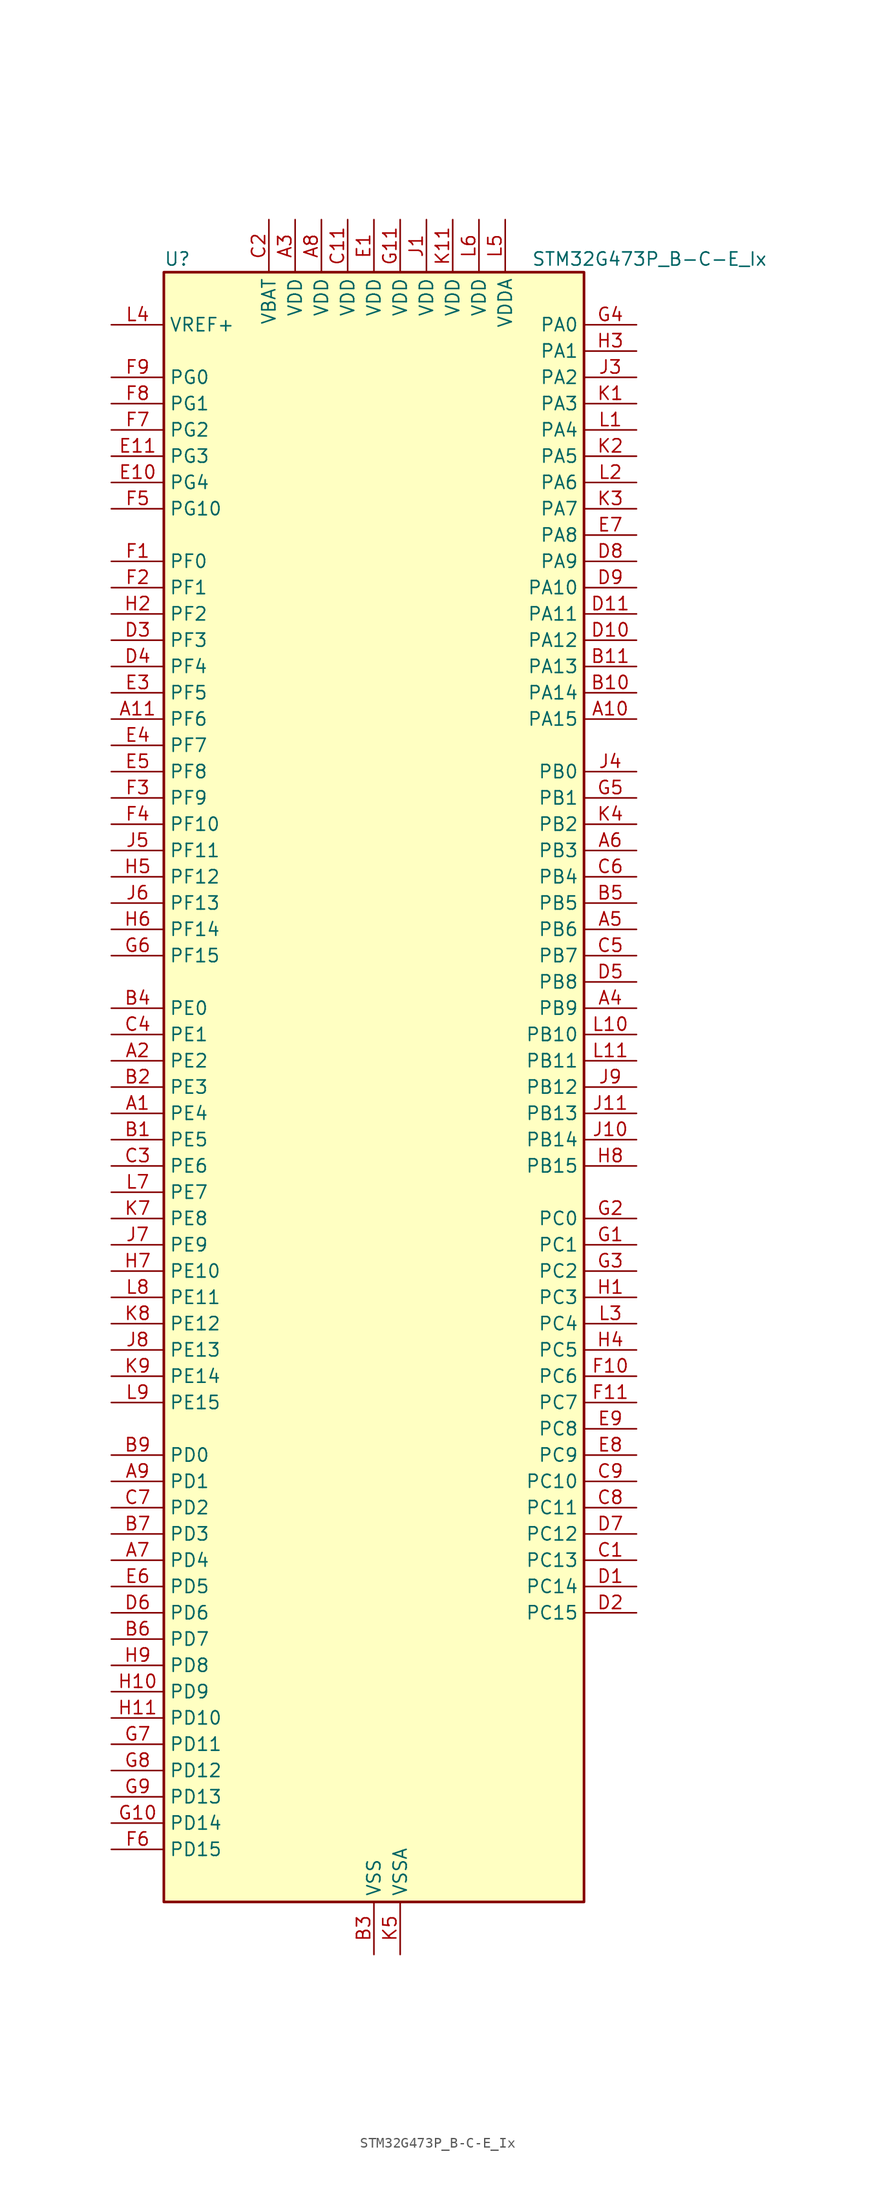
<source format=kicad_sym>
(kicad_symbol_lib
  (version 20241209)
  (generator "kicad_symbol_editor")
  (generator_version "9.0")
  (symbol "STM32G473P_B-C-E_Ix"
    (property "Reference" "U"
      (at -20.32 80.01 0)
      (effects (font (size 1.27 1.27)) (justify left)))
    (property "Value" "STM32G473P_B-C-E_Ix"
      (at 15.24 80.01 0)
      (effects (font (size 1.27 1.27)) (justify left)))
    (symbol "STM32G473P_B-C-E_Ix_0_1"
      (rectangle (start -20.32 -78.74) (end 20.32 78.74) (stroke (width 0.254) (type default)) (fill (type background))))
    (symbol "STM32G473P_B-C-E_Ix_1_1"
      (pin input line (at -25.4 73.66 0) (length 5.08) (name "VREF+" (effects (font (size 1.27 1.27)))) (number "L4" (effects (font (size 1.27 1.27)))) (alternate "VREFBUF_OUT" bidirectional line))
      (pin bidirectional line (at -25.4 68.58 0) (length 5.08) (name "PG0" (effects (font (size 1.27 1.27)))) (number "F9" (effects (font (size 1.27 1.27)))) (alternate "FMC_A10" bidirectional line) (alternate "TIM20_CH1N" bidirectional line))
      (pin bidirectional line (at -25.4 66.04 0) (length 5.08) (name "PG1" (effects (font (size 1.27 1.27)))) (number "F8" (effects (font (size 1.27 1.27)))) (alternate "FMC_A11" bidirectional line) (alternate "TIM20_CH2N" bidirectional line))
      (pin bidirectional line (at -25.4 63.5 0) (length 5.08) (name "PG2" (effects (font (size 1.27 1.27)))) (number "F7" (effects (font (size 1.27 1.27)))) (alternate "ADC3_EXTI2" bidirectional line) (alternate "ADC4_EXTI2" bidirectional line) (alternate "ADC5_EXTI2" bidirectional line) (alternate "FMC_A12" bidirectional line) (alternate "SPI1_SCK" bidirectional line) (alternate "TIM20_CH3N" bidirectional line))
      (pin bidirectional line (at -25.4 60.96 0) (length 5.08) (name "PG3" (effects (font (size 1.27 1.27)))) (number "E11" (effects (font (size 1.27 1.27)))) (alternate "ADC3_EXTI3" bidirectional line) (alternate "ADC4_EXTI3" bidirectional line) (alternate "ADC5_EXTI3" bidirectional line) (alternate "FMC_A13" bidirectional line) (alternate "I2C4_SCL" bidirectional line) (alternate "SPI1_MISO" bidirectional line) (alternate "TIM20_BKIN" bidirectional line) (alternate "TIM20_CH4N" bidirectional line))
      (pin bidirectional line (at -25.4 58.42 0) (length 5.08) (name "PG4" (effects (font (size 1.27 1.27)))) (number "E10" (effects (font (size 1.27 1.27)))) (alternate "FMC_A14" bidirectional line) (alternate "I2C4_SDA" bidirectional line) (alternate "SPI1_MOSI" bidirectional line) (alternate "TIM20_BKIN2" bidirectional line))
      (pin bidirectional line (at -25.4 55.88 0) (length 5.08) (name "PG10" (effects (font (size 1.27 1.27)))) (number "F5" (effects (font (size 1.27 1.27)))) (alternate "DAC1_EXTI10" bidirectional line) (alternate "DAC2_EXTI10" bidirectional line) (alternate "DAC3_EXTI10" bidirectional line) (alternate "DAC4_EXTI10" bidirectional line) (alternate "RCC_MCO" bidirectional line))
      (pin bidirectional line (at -25.4 50.8 0) (length 5.08) (name "PF0" (effects (font (size 1.27 1.27)))) (number "F1" (effects (font (size 1.27 1.27)))) (alternate "ADC1_IN10" bidirectional line) (alternate "I2C2_SDA" bidirectional line) (alternate "I2S2_WS" bidirectional line) (alternate "RCC_OSC_IN" bidirectional line) (alternate "SPI2_NSS" bidirectional line) (alternate "TIM1_CH3N" bidirectional line))
      (pin bidirectional line (at -25.4 48.26 0) (length 5.08) (name "PF1" (effects (font (size 1.27 1.27)))) (number "F2" (effects (font (size 1.27 1.27)))) (alternate "ADC2_IN10" bidirectional line) (alternate "COMP3_INM" bidirectional line) (alternate "I2S2_CK" bidirectional line) (alternate "RCC_OSC_OUT" bidirectional line) (alternate "SPI2_SCK" bidirectional line))
      (pin bidirectional line (at -25.4 45.72 0) (length 5.08) (name "PF2" (effects (font (size 1.27 1.27)))) (number "H2" (effects (font (size 1.27 1.27)))) (alternate "ADC3_EXTI2" bidirectional line) (alternate "ADC4_EXTI2" bidirectional line) (alternate "ADC5_EXTI2" bidirectional line) (alternate "FMC_A2" bidirectional line) (alternate "I2C2_SMBA" bidirectional line) (alternate "TIM20_CH3" bidirectional line))
      (pin bidirectional line (at -25.4 43.18 0) (length 5.08) (name "PF3" (effects (font (size 1.27 1.27)))) (number "D3" (effects (font (size 1.27 1.27)))) (alternate "ADC3_EXTI3" bidirectional line) (alternate "ADC4_EXTI3" bidirectional line) (alternate "ADC5_EXTI3" bidirectional line) (alternate "FMC_A3" bidirectional line) (alternate "I2C3_SCL" bidirectional line) (alternate "TIM20_CH4" bidirectional line))
      (pin bidirectional line (at -25.4 40.64 0) (length 5.08) (name "PF4" (effects (font (size 1.27 1.27)))) (number "D4" (effects (font (size 1.27 1.27)))) (alternate "COMP1_OUT" bidirectional line) (alternate "FMC_A4" bidirectional line) (alternate "I2C3_SDA" bidirectional line) (alternate "TIM20_CH1N" bidirectional line))
      (pin bidirectional line (at -25.4 38.1 0) (length 5.08) (name "PF5" (effects (font (size 1.27 1.27)))) (number "E3" (effects (font (size 1.27 1.27)))) (alternate "FMC_A5" bidirectional line) (alternate "TIM20_CH2N" bidirectional line))
      (pin bidirectional line (at -25.4 35.56 0) (length 5.08) (name "PF6" (effects (font (size 1.27 1.27)))) (number "A11" (effects (font (size 1.27 1.27)))) (alternate "I2C2_SCL" bidirectional line) (alternate "QUADSPI1_BK1_IO3" bidirectional line) (alternate "SAI1_SD_B" bidirectional line) (alternate "TIM4_CH4" bidirectional line) (alternate "TIM5_CH1" bidirectional line) (alternate "TIM5_ETR" bidirectional line) (alternate "USART3_RTS" bidirectional line))
      (pin bidirectional line (at -25.4 33.02 0) (length 5.08) (name "PF7" (effects (font (size 1.27 1.27)))) (number "E4" (effects (font (size 1.27 1.27)))) (alternate "FMC_A1" bidirectional line) (alternate "QUADSPI1_BK1_IO2" bidirectional line) (alternate "SAI1_MCLK_B" bidirectional line) (alternate "TIM20_BKIN" bidirectional line) (alternate "TIM5_CH2" bidirectional line))
      (pin bidirectional line (at -25.4 30.48 0) (length 5.08) (name "PF8" (effects (font (size 1.27 1.27)))) (number "E5" (effects (font (size 1.27 1.27)))) (alternate "FMC_A24" bidirectional line) (alternate "QUADSPI1_BK1_IO0" bidirectional line) (alternate "SAI1_SCK_B" bidirectional line) (alternate "TIM20_BKIN2" bidirectional line) (alternate "TIM5_CH3" bidirectional line))
      (pin bidirectional line (at -25.4 27.94 0) (length 5.08) (name "PF9" (effects (font (size 1.27 1.27)))) (number "F3" (effects (font (size 1.27 1.27)))) (alternate "DAC1_EXTI9" bidirectional line) (alternate "DAC2_EXTI9" bidirectional line) (alternate "DAC3_EXTI9" bidirectional line) (alternate "DAC4_EXTI9" bidirectional line) (alternate "FMC_A25" bidirectional line) (alternate "QUADSPI1_BK1_IO1" bidirectional line) (alternate "SAI1_FS_B" bidirectional line) (alternate "SPI2_SCK" bidirectional line) (alternate "TIM15_CH1" bidirectional line) (alternate "TIM20_BKIN" bidirectional line) (alternate "TIM5_CH4" bidirectional line))
      (pin bidirectional line (at -25.4 25.4 0) (length 5.08) (name "PF10" (effects (font (size 1.27 1.27)))) (number "F4" (effects (font (size 1.27 1.27)))) (alternate "DAC1_EXTI10" bidirectional line) (alternate "DAC2_EXTI10" bidirectional line) (alternate "DAC3_EXTI10" bidirectional line) (alternate "DAC4_EXTI10" bidirectional line) (alternate "FMC_A0" bidirectional line) (alternate "QUADSPI1_CLK" bidirectional line) (alternate "SAI1_D3" bidirectional line) (alternate "SPI2_SCK" bidirectional line) (alternate "TIM15_CH2" bidirectional line) (alternate "TIM20_BKIN2" bidirectional line))
      (pin bidirectional line (at -25.4 22.86 0) (length 5.08) (name "PF11" (effects (font (size 1.27 1.27)))) (number "J5" (effects (font (size 1.27 1.27)))) (alternate "ADC1_EXTI11" bidirectional line) (alternate "ADC2_EXTI11" bidirectional line) (alternate "FMC_NE4" bidirectional line) (alternate "TIM20_ETR" bidirectional line))
      (pin bidirectional line (at -25.4 20.32 0) (length 5.08) (name "PF12" (effects (font (size 1.27 1.27)))) (number "H5" (effects (font (size 1.27 1.27)))) (alternate "FMC_A6" bidirectional line) (alternate "TIM20_CH1" bidirectional line))
      (pin bidirectional line (at -25.4 17.78 0) (length 5.08) (name "PF13" (effects (font (size 1.27 1.27)))) (number "J6" (effects (font (size 1.27 1.27)))) (alternate "FMC_A7" bidirectional line) (alternate "I2C4_SMBA" bidirectional line) (alternate "TIM20_CH2" bidirectional line))
      (pin bidirectional line (at -25.4 15.24 0) (length 5.08) (name "PF14" (effects (font (size 1.27 1.27)))) (number "H6" (effects (font (size 1.27 1.27)))) (alternate "FMC_A8" bidirectional line) (alternate "I2C4_SCL" bidirectional line) (alternate "TIM20_CH3" bidirectional line))
      (pin bidirectional line (at -25.4 12.7 0) (length 5.08) (name "PF15" (effects (font (size 1.27 1.27)))) (number "G6" (effects (font (size 1.27 1.27)))) (alternate "ADC1_EXTI15" bidirectional line) (alternate "ADC2_EXTI15" bidirectional line) (alternate "FMC_A9" bidirectional line) (alternate "I2C4_SDA" bidirectional line) (alternate "TIM20_CH4" bidirectional line))
      (pin bidirectional line (at -25.4 7.62 0) (length 5.08) (name "PE0" (effects (font (size 1.27 1.27)))) (number "B4" (effects (font (size 1.27 1.27)))) (alternate "FMC_NBL0" bidirectional line) (alternate "TIM16_CH1" bidirectional line) (alternate "TIM20_CH4N" bidirectional line) (alternate "TIM20_ETR" bidirectional line) (alternate "TIM4_ETR" bidirectional line) (alternate "USART1_TX" bidirectional line))
      (pin bidirectional line (at -25.4 5.08 0) (length 5.08) (name "PE1" (effects (font (size 1.27 1.27)))) (number "C4" (effects (font (size 1.27 1.27)))) (alternate "FMC_NBL1" bidirectional line) (alternate "TIM17_CH1" bidirectional line) (alternate "TIM20_CH4" bidirectional line) (alternate "USART1_RX" bidirectional line))
      (pin bidirectional line (at -25.4 2.54 0) (length 5.08) (name "PE2" (effects (font (size 1.27 1.27)))) (number "A2" (effects (font (size 1.27 1.27)))) (alternate "ADC3_EXTI2" bidirectional line) (alternate "ADC4_EXTI2" bidirectional line) (alternate "ADC5_EXTI2" bidirectional line) (alternate "FMC_A23" bidirectional line) (alternate "SAI1_CK1" bidirectional line) (alternate "SAI1_MCLK_A" bidirectional line) (alternate "SPI4_SCK" bidirectional line) (alternate "SYS_TRACECLK" bidirectional line) (alternate "TIM20_CH1" bidirectional line) (alternate "TIM3_CH1" bidirectional line))
      (pin bidirectional line (at -25.4 0 0) (length 5.08) (name "PE3" (effects (font (size 1.27 1.27)))) (number "B2" (effects (font (size 1.27 1.27)))) (alternate "ADC3_EXTI3" bidirectional line) (alternate "ADC4_EXTI3" bidirectional line) (alternate "ADC5_EXTI3" bidirectional line) (alternate "FMC_A19" bidirectional line) (alternate "SAI1_SD_B" bidirectional line) (alternate "SPI4_NSS" bidirectional line) (alternate "SYS_TRACED0" bidirectional line) (alternate "TIM20_CH2" bidirectional line) (alternate "TIM3_CH2" bidirectional line))
      (pin bidirectional line (at -25.4 -2.54 0) (length 5.08) (name "PE4" (effects (font (size 1.27 1.27)))) (number "A1" (effects (font (size 1.27 1.27)))) (alternate "FMC_A20" bidirectional line) (alternate "SAI1_D2" bidirectional line) (alternate "SAI1_FS_A" bidirectional line) (alternate "SPI4_NSS" bidirectional line) (alternate "SYS_TRACED1" bidirectional line) (alternate "TIM20_CH1N" bidirectional line) (alternate "TIM3_CH3" bidirectional line))
      (pin bidirectional line (at -25.4 -5.08 0) (length 5.08) (name "PE5" (effects (font (size 1.27 1.27)))) (number "B1" (effects (font (size 1.27 1.27)))) (alternate "FMC_A21" bidirectional line) (alternate "SAI1_CK2" bidirectional line) (alternate "SAI1_SCK_A" bidirectional line) (alternate "SPI4_MISO" bidirectional line) (alternate "SYS_TRACED2" bidirectional line) (alternate "TIM20_CH2N" bidirectional line) (alternate "TIM3_CH4" bidirectional line))
      (pin bidirectional line (at -25.4 -7.62 0) (length 5.08) (name "PE6" (effects (font (size 1.27 1.27)))) (number "C3" (effects (font (size 1.27 1.27)))) (alternate "FMC_A22" bidirectional line) (alternate "RTC_TAMP3" bidirectional line) (alternate "SAI1_D1" bidirectional line) (alternate "SAI1_SD_A" bidirectional line) (alternate "SPI4_MOSI" bidirectional line) (alternate "SYS_TRACED3" bidirectional line) (alternate "SYS_WKUP3" bidirectional line) (alternate "TIM20_CH3N" bidirectional line))
      (pin bidirectional line (at -25.4 -10.16 0) (length 5.08) (name "PE7" (effects (font (size 1.27 1.27)))) (number "L7" (effects (font (size 1.27 1.27)))) (alternate "ADC3_IN4" bidirectional line) (alternate "COMP4_INP" bidirectional line) (alternate "FMC_D4" bidirectional line) (alternate "FMC_DA4" bidirectional line) (alternate "SAI1_SD_B" bidirectional line) (alternate "TIM1_ETR" bidirectional line))
      (pin bidirectional line (at -25.4 -12.7 0) (length 5.08) (name "PE8" (effects (font (size 1.27 1.27)))) (number "K7" (effects (font (size 1.27 1.27)))) (alternate "ADC3_IN6" bidirectional line) (alternate "ADC4_IN6" bidirectional line) (alternate "ADC5_IN6" bidirectional line) (alternate "COMP4_INM" bidirectional line) (alternate "FMC_D5" bidirectional line) (alternate "FMC_DA5" bidirectional line) (alternate "SAI1_SCK_B" bidirectional line) (alternate "TIM1_CH1N" bidirectional line) (alternate "TIM5_CH3" bidirectional line))
      (pin bidirectional line (at -25.4 -15.24 0) (length 5.08) (name "PE9" (effects (font (size 1.27 1.27)))) (number "J7" (effects (font (size 1.27 1.27)))) (alternate "ADC3_IN2" bidirectional line) (alternate "DAC1_EXTI9" bidirectional line) (alternate "DAC2_EXTI9" bidirectional line) (alternate "DAC3_EXTI9" bidirectional line) (alternate "DAC4_EXTI9" bidirectional line) (alternate "FMC_D6" bidirectional line) (alternate "FMC_DA6" bidirectional line) (alternate "SAI1_FS_B" bidirectional line) (alternate "TIM1_CH1" bidirectional line) (alternate "TIM5_CH4" bidirectional line))
      (pin bidirectional line (at -25.4 -17.78 0) (length 5.08) (name "PE10" (effects (font (size 1.27 1.27)))) (number "H7" (effects (font (size 1.27 1.27)))) (alternate "ADC3_IN14" bidirectional line) (alternate "ADC4_IN14" bidirectional line) (alternate "ADC5_IN14" bidirectional line) (alternate "DAC1_EXTI10" bidirectional line) (alternate "DAC2_EXTI10" bidirectional line) (alternate "DAC3_EXTI10" bidirectional line) (alternate "DAC4_EXTI10" bidirectional line) (alternate "FMC_D7" bidirectional line) (alternate "FMC_DA7" bidirectional line) (alternate "QUADSPI1_CLK" bidirectional line) (alternate "SAI1_MCLK_B" bidirectional line) (alternate "TIM1_CH2N" bidirectional line))
      (pin bidirectional line (at -25.4 -20.32 0) (length 5.08) (name "PE11" (effects (font (size 1.27 1.27)))) (number "L8" (effects (font (size 1.27 1.27)))) (alternate "ADC1_EXTI11" bidirectional line) (alternate "ADC2_EXTI11" bidirectional line) (alternate "ADC3_IN15" bidirectional line) (alternate "ADC4_IN15" bidirectional line) (alternate "ADC5_IN15" bidirectional line) (alternate "FMC_D8" bidirectional line) (alternate "FMC_DA8" bidirectional line) (alternate "QUADSPI1_BK1_NCS" bidirectional line) (alternate "SPI4_NSS" bidirectional line) (alternate "TIM1_CH2" bidirectional line))
      (pin bidirectional line (at -25.4 -22.86 0) (length 5.08) (name "PE12" (effects (font (size 1.27 1.27)))) (number "K8" (effects (font (size 1.27 1.27)))) (alternate "ADC3_IN16" bidirectional line) (alternate "ADC4_IN16" bidirectional line) (alternate "ADC5_IN16" bidirectional line) (alternate "FMC_D9" bidirectional line) (alternate "FMC_DA9" bidirectional line) (alternate "QUADSPI1_BK1_IO0" bidirectional line) (alternate "SPI4_SCK" bidirectional line) (alternate "TIM1_CH3N" bidirectional line))
      (pin bidirectional line (at -25.4 -25.4 0) (length 5.08) (name "PE13" (effects (font (size 1.27 1.27)))) (number "J8" (effects (font (size 1.27 1.27)))) (alternate "ADC3_IN3" bidirectional line) (alternate "FMC_D10" bidirectional line) (alternate "FMC_DA10" bidirectional line) (alternate "QUADSPI1_BK1_IO1" bidirectional line) (alternate "SPI4_MISO" bidirectional line) (alternate "TIM1_CH3" bidirectional line))
      (pin bidirectional line (at -25.4 -27.94 0) (length 5.08) (name "PE14" (effects (font (size 1.27 1.27)))) (number "K9" (effects (font (size 1.27 1.27)))) (alternate "ADC4_IN1" bidirectional line) (alternate "FMC_D11" bidirectional line) (alternate "FMC_DA11" bidirectional line) (alternate "QUADSPI1_BK1_IO2" bidirectional line) (alternate "SPI4_MOSI" bidirectional line) (alternate "TIM1_BKIN2" bidirectional line) (alternate "TIM1_CH4" bidirectional line))
      (pin bidirectional line (at -25.4 -30.48 0) (length 5.08) (name "PE15" (effects (font (size 1.27 1.27)))) (number "L9" (effects (font (size 1.27 1.27)))) (alternate "ADC1_EXTI15" bidirectional line) (alternate "ADC2_EXTI15" bidirectional line) (alternate "ADC4_IN2" bidirectional line) (alternate "FMC_D12" bidirectional line) (alternate "FMC_DA12" bidirectional line) (alternate "QUADSPI1_BK1_IO3" bidirectional line) (alternate "TIM1_BKIN" bidirectional line) (alternate "TIM1_CH4N" bidirectional line) (alternate "USART3_RX" bidirectional line))
      (pin bidirectional line (at -25.4 -35.56 0) (length 5.08) (name "PD0" (effects (font (size 1.27 1.27)))) (number "B9" (effects (font (size 1.27 1.27)))) (alternate "FDCAN1_RX" bidirectional line) (alternate "FMC_D2" bidirectional line) (alternate "FMC_DA2" bidirectional line) (alternate "TIM8_CH4N" bidirectional line))
      (pin bidirectional line (at -25.4 -38.1 0) (length 5.08) (name "PD1" (effects (font (size 1.27 1.27)))) (number "A9" (effects (font (size 1.27 1.27)))) (alternate "FDCAN1_TX" bidirectional line) (alternate "FMC_D3" bidirectional line) (alternate "FMC_DA3" bidirectional line) (alternate "TIM8_BKIN2" bidirectional line) (alternate "TIM8_CH4" bidirectional line))
      (pin bidirectional line (at -25.4 -40.64 0) (length 5.08) (name "PD2" (effects (font (size 1.27 1.27)))) (number "C7" (effects (font (size 1.27 1.27)))) (alternate "ADC3_EXTI2" bidirectional line) (alternate "ADC4_EXTI2" bidirectional line) (alternate "ADC5_EXTI2" bidirectional line) (alternate "TIM3_ETR" bidirectional line) (alternate "TIM8_BKIN" bidirectional line) (alternate "UART5_RX" bidirectional line))
      (pin bidirectional line (at -25.4 -43.18 0) (length 5.08) (name "PD3" (effects (font (size 1.27 1.27)))) (number "B7" (effects (font (size 1.27 1.27)))) (alternate "ADC3_EXTI3" bidirectional line) (alternate "ADC4_EXTI3" bidirectional line) (alternate "ADC5_EXTI3" bidirectional line) (alternate "FMC_CLK" bidirectional line) (alternate "QUADSPI1_BK2_NCS" bidirectional line) (alternate "TIM2_CH1" bidirectional line) (alternate "TIM2_ETR" bidirectional line) (alternate "USART2_CTS" bidirectional line) (alternate "USART2_NSS" bidirectional line))
      (pin bidirectional line (at -25.4 -45.72 0) (length 5.08) (name "PD4" (effects (font (size 1.27 1.27)))) (number "A7" (effects (font (size 1.27 1.27)))) (alternate "FMC_NOE" bidirectional line) (alternate "QUADSPI1_BK2_IO0" bidirectional line) (alternate "TIM2_CH2" bidirectional line) (alternate "USART2_DE" bidirectional line) (alternate "USART2_RTS" bidirectional line))
      (pin bidirectional line (at -25.4 -48.26 0) (length 5.08) (name "PD5" (effects (font (size 1.27 1.27)))) (number "E6" (effects (font (size 1.27 1.27)))) (alternate "FMC_NWE" bidirectional line) (alternate "QUADSPI1_BK2_IO1" bidirectional line) (alternate "USART2_TX" bidirectional line))
      (pin bidirectional line (at -25.4 -50.8 0) (length 5.08) (name "PD6" (effects (font (size 1.27 1.27)))) (number "D6" (effects (font (size 1.27 1.27)))) (alternate "FMC_NWAIT" bidirectional line) (alternate "QUADSPI1_BK2_IO2" bidirectional line) (alternate "SAI1_D1" bidirectional line) (alternate "SAI1_SD_A" bidirectional line) (alternate "TIM2_CH4" bidirectional line) (alternate "USART2_RX" bidirectional line))
      (pin bidirectional line (at -25.4 -53.34 0) (length 5.08) (name "PD7" (effects (font (size 1.27 1.27)))) (number "B6" (effects (font (size 1.27 1.27)))) (alternate "FMC_NCE" bidirectional line) (alternate "FMC_NE1" bidirectional line) (alternate "QUADSPI1_BK2_IO3" bidirectional line) (alternate "TIM2_CH3" bidirectional line) (alternate "USART2_CK" bidirectional line))
      (pin bidirectional line (at -25.4 -55.88 0) (length 5.08) (name "PD8" (effects (font (size 1.27 1.27)))) (number "H9" (effects (font (size 1.27 1.27)))) (alternate "ADC4_IN12" bidirectional line) (alternate "ADC5_IN12" bidirectional line) (alternate "FMC_D13" bidirectional line) (alternate "FMC_DA13" bidirectional line) (alternate "OPAMP4_VINM" bidirectional line) (alternate "OPAMP4_VINM1" bidirectional line) (alternate "OPAMP4_VINM_SEC" bidirectional line) (alternate "USART3_TX" bidirectional line))
      (pin bidirectional line (at -25.4 -58.42 0) (length 5.08) (name "PD9" (effects (font (size 1.27 1.27)))) (number "H10" (effects (font (size 1.27 1.27)))) (alternate "ADC4_IN13" bidirectional line) (alternate "ADC5_IN13" bidirectional line) (alternate "DAC1_EXTI9" bidirectional line) (alternate "DAC2_EXTI9" bidirectional line) (alternate "DAC3_EXTI9" bidirectional line) (alternate "DAC4_EXTI9" bidirectional line) (alternate "FMC_D14" bidirectional line) (alternate "FMC_DA14" bidirectional line) (alternate "OPAMP6_VINP" bidirectional line) (alternate "OPAMP6_VINP_SEC" bidirectional line) (alternate "USART3_RX" bidirectional line))
      (pin bidirectional line (at -25.4 -60.96 0) (length 5.08) (name "PD10" (effects (font (size 1.27 1.27)))) (number "H11" (effects (font (size 1.27 1.27)))) (alternate "ADC3_IN7" bidirectional line) (alternate "ADC4_IN7" bidirectional line) (alternate "ADC5_IN7" bidirectional line) (alternate "COMP6_INM" bidirectional line) (alternate "DAC1_EXTI10" bidirectional line) (alternate "DAC2_EXTI10" bidirectional line) (alternate "DAC3_EXTI10" bidirectional line) (alternate "DAC4_EXTI10" bidirectional line) (alternate "FMC_D15" bidirectional line) (alternate "FMC_DA15" bidirectional line) (alternate "USART3_CK" bidirectional line))
      (pin bidirectional line (at -25.4 -63.5 0) (length 5.08) (name "PD11" (effects (font (size 1.27 1.27)))) (number "G7" (effects (font (size 1.27 1.27)))) (alternate "ADC1_EXTI11" bidirectional line) (alternate "ADC2_EXTI11" bidirectional line) (alternate "ADC3_IN8" bidirectional line) (alternate "ADC4_IN8" bidirectional line) (alternate "ADC5_IN8" bidirectional line) (alternate "COMP6_INP" bidirectional line) (alternate "FMC_A16" bidirectional line) (alternate "FMC_CLE" bidirectional line) (alternate "I2C4_SMBA" bidirectional line) (alternate "OPAMP4_VINP" bidirectional line) (alternate "OPAMP4_VINP_SEC" bidirectional line) (alternate "TIM5_ETR" bidirectional line) (alternate "USART3_CTS" bidirectional line) (alternate "USART3_NSS" bidirectional line))
      (pin bidirectional line (at -25.4 -66.04 0) (length 5.08) (name "PD12" (effects (font (size 1.27 1.27)))) (number "G8" (effects (font (size 1.27 1.27)))) (alternate "ADC3_IN9" bidirectional line) (alternate "ADC4_IN9" bidirectional line) (alternate "ADC5_IN9" bidirectional line) (alternate "COMP5_INP" bidirectional line) (alternate "FMC_A17" bidirectional line) (alternate "FMC_ALE" bidirectional line) (alternate "OPAMP5_VINP" bidirectional line) (alternate "OPAMP5_VINP_SEC" bidirectional line) (alternate "TIM4_CH1" bidirectional line) (alternate "USART3_DE" bidirectional line) (alternate "USART3_RTS" bidirectional line))
      (pin bidirectional line (at -25.4 -68.58 0) (length 5.08) (name "PD13" (effects (font (size 1.27 1.27)))) (number "G9" (effects (font (size 1.27 1.27)))) (alternate "ADC3_IN10" bidirectional line) (alternate "ADC4_IN10" bidirectional line) (alternate "ADC5_IN10" bidirectional line) (alternate "COMP5_INM" bidirectional line) (alternate "FMC_A18" bidirectional line) (alternate "TIM4_CH2" bidirectional line))
      (pin bidirectional line (at -25.4 -71.12 0) (length 5.08) (name "PD14" (effects (font (size 1.27 1.27)))) (number "G10" (effects (font (size 1.27 1.27)))) (alternate "ADC3_IN11" bidirectional line) (alternate "ADC4_IN11" bidirectional line) (alternate "ADC5_IN11" bidirectional line) (alternate "COMP7_INP" bidirectional line) (alternate "FMC_D0" bidirectional line) (alternate "FMC_DA0" bidirectional line) (alternate "OPAMP2_VINP" bidirectional line) (alternate "OPAMP2_VINP_SEC" bidirectional line) (alternate "TIM4_CH3" bidirectional line))
      (pin bidirectional line (at -25.4 -73.66 0) (length 5.08) (name "PD15" (effects (font (size 1.27 1.27)))) (number "F6" (effects (font (size 1.27 1.27)))) (alternate "ADC1_EXTI15" bidirectional line) (alternate "ADC2_EXTI15" bidirectional line) (alternate "COMP7_INM" bidirectional line) (alternate "FMC_D1" bidirectional line) (alternate "FMC_DA1" bidirectional line) (alternate "SPI2_NSS" bidirectional line) (alternate "TIM4_CH4" bidirectional line))
      (pin power_in line (at -10.16 83.82 270) (length 5.08) (name "VBAT" (effects (font (size 1.27 1.27)))) (number "C2" (effects (font (size 1.27 1.27)))))
      (pin power_in line (at -7.62 83.82 270) (length 5.08) (name "VDD" (effects (font (size 1.27 1.27)))) (number "A3" (effects (font (size 1.27 1.27)))))
      (pin power_in line (at -5.08 83.82 270) (length 5.08) (name "VDD" (effects (font (size 1.27 1.27)))) (number "A8" (effects (font (size 1.27 1.27)))))
      (pin power_in line (at -2.54 83.82 270) (length 5.08) (name "VDD" (effects (font (size 1.27 1.27)))) (number "C11" (effects (font (size 1.27 1.27)))))
      (pin power_in line (at 0 83.82 270) (length 5.08) (name "VDD" (effects (font (size 1.27 1.27)))) (number "E1" (effects (font (size 1.27 1.27)))))
      (pin power_in line (at 0 -83.82 90) (length 5.08) (name "VSS" (effects (font (size 1.27 1.27)))) (number "B3" (effects (font (size 1.27 1.27)))))
      (pin passive line (at 0 -83.82 90) (length 5.08) (hide yes) (name "VSS" (effects (font (size 1.27 1.27)))) (number "B8" (effects (font (size 1.27 1.27)))))
      (pin passive line (at 0 -83.82 90) (length 5.08) (hide yes) (name "VSS" (effects (font (size 1.27 1.27)))) (number "C10" (effects (font (size 1.27 1.27)))))
      (pin passive line (at 0 -83.82 90) (length 5.08) (hide yes) (name "VSS" (effects (font (size 1.27 1.27)))) (number "E2" (effects (font (size 1.27 1.27)))))
      (pin passive line (at 0 -83.82 90) (length 5.08) (hide yes) (name "VSS" (effects (font (size 1.27 1.27)))) (number "J2" (effects (font (size 1.27 1.27)))))
      (pin passive line (at 0 -83.82 90) (length 5.08) (hide yes) (name "VSS" (effects (font (size 1.27 1.27)))) (number "K10" (effects (font (size 1.27 1.27)))))
      (pin passive line (at 0 -83.82 90) (length 5.08) (hide yes) (name "VSS" (effects (font (size 1.27 1.27)))) (number "K6" (effects (font (size 1.27 1.27)))))
      (pin power_in line (at 2.54 83.82 270) (length 5.08) (name "VDD" (effects (font (size 1.27 1.27)))) (number "G11" (effects (font (size 1.27 1.27)))))
      (pin power_in line (at 2.54 -83.82 90) (length 5.08) (name "VSSA" (effects (font (size 1.27 1.27)))) (number "K5" (effects (font (size 1.27 1.27)))))
      (pin power_in line (at 5.08 83.82 270) (length 5.08) (name "VDD" (effects (font (size 1.27 1.27)))) (number "J1" (effects (font (size 1.27 1.27)))))
      (pin power_in line (at 7.62 83.82 270) (length 5.08) (name "VDD" (effects (font (size 1.27 1.27)))) (number "K11" (effects (font (size 1.27 1.27)))))
      (pin power_in line (at 10.16 83.82 270) (length 5.08) (name "VDD" (effects (font (size 1.27 1.27)))) (number "L6" (effects (font (size 1.27 1.27)))))
      (pin power_in line (at 12.7 83.82 270) (length 5.08) (name "VDDA" (effects (font (size 1.27 1.27)))) (number "L5" (effects (font (size 1.27 1.27)))))
      (pin bidirectional line (at 25.4 73.66 180) (length 5.08) (name "PA0" (effects (font (size 1.27 1.27)))) (number "G4" (effects (font (size 1.27 1.27)))) (alternate "ADC1_IN1" bidirectional line) (alternate "ADC2_IN1" bidirectional line) (alternate "COMP1_INM" bidirectional line) (alternate "COMP1_OUT" bidirectional line) (alternate "COMP3_INP" bidirectional line) (alternate "RTC_TAMP2" bidirectional line) (alternate "SYS_WKUP1" bidirectional line) (alternate "TIM2_CH1" bidirectional line) (alternate "TIM2_ETR" bidirectional line) (alternate "TIM5_CH1" bidirectional line) (alternate "TIM8_BKIN" bidirectional line) (alternate "TIM8_ETR" bidirectional line) (alternate "USART2_CTS" bidirectional line) (alternate "USART2_NSS" bidirectional line))
      (pin bidirectional line (at 25.4 71.12 180) (length 5.08) (name "PA1" (effects (font (size 1.27 1.27)))) (number "H3" (effects (font (size 1.27 1.27)))) (alternate "ADC1_IN2" bidirectional line) (alternate "ADC2_IN2" bidirectional line) (alternate "COMP1_INP" bidirectional line) (alternate "OPAMP1_VINP" bidirectional line) (alternate "OPAMP1_VINP_SEC" bidirectional line) (alternate "OPAMP3_VINP" bidirectional line) (alternate "OPAMP3_VINP_SEC" bidirectional line) (alternate "OPAMP6_VINM" bidirectional line) (alternate "OPAMP6_VINM0" bidirectional line) (alternate "OPAMP6_VINM_SEC" bidirectional line) (alternate "RTC_REFIN" bidirectional line) (alternate "TIM15_CH1N" bidirectional line) (alternate "TIM2_CH2" bidirectional line) (alternate "TIM5_CH2" bidirectional line) (alternate "USART2_DE" bidirectional line) (alternate "USART2_RTS" bidirectional line))
      (pin bidirectional line (at 25.4 68.58 180) (length 5.08) (name "PA2" (effects (font (size 1.27 1.27)))) (number "J3" (effects (font (size 1.27 1.27)))) (alternate "ADC1_IN3" bidirectional line) (alternate "ADC3_EXTI2" bidirectional line) (alternate "ADC4_EXTI2" bidirectional line) (alternate "ADC5_EXTI2" bidirectional line) (alternate "COMP2_INM" bidirectional line) (alternate "COMP2_OUT" bidirectional line) (alternate "LPUART1_TX" bidirectional line) (alternate "OPAMP1_VOUT" bidirectional line) (alternate "QUADSPI1_BK1_NCS" bidirectional line) (alternate "RCC_LSCO" bidirectional line) (alternate "SYS_WKUP4" bidirectional line) (alternate "TIM15_CH1" bidirectional line) (alternate "TIM2_CH3" bidirectional line) (alternate "TIM5_CH3" bidirectional line) (alternate "UCPD1_FRSTX1" bidirectional line) (alternate "UCPD1_FRSTX2" bidirectional line) (alternate "USART2_TX" bidirectional line))
      (pin bidirectional line (at 25.4 66.04 180) (length 5.08) (name "PA3" (effects (font (size 1.27 1.27)))) (number "K1" (effects (font (size 1.27 1.27)))) (alternate "ADC1_IN4" bidirectional line) (alternate "ADC3_EXTI3" bidirectional line) (alternate "ADC4_EXTI3" bidirectional line) (alternate "ADC5_EXTI3" bidirectional line) (alternate "COMP2_INP" bidirectional line) (alternate "LPUART1_RX" bidirectional line) (alternate "OPAMP1_VINM" bidirectional line) (alternate "OPAMP1_VINM0" bidirectional line) (alternate "OPAMP1_VINM_SEC" bidirectional line) (alternate "OPAMP1_VINP" bidirectional line) (alternate "OPAMP1_VINP_SEC" bidirectional line) (alternate "OPAMP5_VINM" bidirectional line) (alternate "OPAMP5_VINM1" bidirectional line) (alternate "OPAMP5_VINM_SEC" bidirectional line) (alternate "QUADSPI1_CLK" bidirectional line) (alternate "SAI1_CK1" bidirectional line) (alternate "SAI1_MCLK_A" bidirectional line) (alternate "TIM15_CH2" bidirectional line) (alternate "TIM2_CH4" bidirectional line) (alternate "TIM5_CH4" bidirectional line) (alternate "USART2_RX" bidirectional line))
      (pin bidirectional line (at 25.4 63.5 180) (length 5.08) (name "PA4" (effects (font (size 1.27 1.27)))) (number "L1" (effects (font (size 1.27 1.27)))) (alternate "ADC2_IN17" bidirectional line) (alternate "COMP1_INM" bidirectional line) (alternate "DAC1_OUT1" bidirectional line) (alternate "I2S3_WS" bidirectional line) (alternate "SAI1_FS_B" bidirectional line) (alternate "SPI1_NSS" bidirectional line) (alternate "SPI3_NSS" bidirectional line) (alternate "TIM3_CH2" bidirectional line) (alternate "USART2_CK" bidirectional line))
      (pin bidirectional line (at 25.4 60.96 180) (length 5.08) (name "PA5" (effects (font (size 1.27 1.27)))) (number "K2" (effects (font (size 1.27 1.27)))) (alternate "ADC2_IN13" bidirectional line) (alternate "COMP2_INM" bidirectional line) (alternate "DAC1_OUT2" bidirectional line) (alternate "OPAMP2_VINM" bidirectional line) (alternate "OPAMP2_VINM0" bidirectional line) (alternate "OPAMP2_VINM_SEC" bidirectional line) (alternate "SPI1_SCK" bidirectional line) (alternate "TIM2_CH1" bidirectional line) (alternate "TIM2_ETR" bidirectional line) (alternate "UCPD1_FRSTX1" bidirectional line) (alternate "UCPD1_FRSTX2" bidirectional line))
      (pin bidirectional line (at 25.4 58.42 180) (length 5.08) (name "PA6" (effects (font (size 1.27 1.27)))) (number "L2" (effects (font (size 1.27 1.27)))) (alternate "ADC2_IN3" bidirectional line) (alternate "COMP1_OUT" bidirectional line) (alternate "DAC2_OUT1" bidirectional line) (alternate "LPUART1_CTS" bidirectional line) (alternate "OPAMP2_VOUT" bidirectional line) (alternate "QUADSPI1_BK1_IO3" bidirectional line) (alternate "SPI1_MISO" bidirectional line) (alternate "TIM16_CH1" bidirectional line) (alternate "TIM1_BKIN" bidirectional line) (alternate "TIM3_CH1" bidirectional line) (alternate "TIM8_BKIN" bidirectional line))
      (pin bidirectional line (at 25.4 55.88 180) (length 5.08) (name "PA7" (effects (font (size 1.27 1.27)))) (number "K3" (effects (font (size 1.27 1.27)))) (alternate "ADC2_IN4" bidirectional line) (alternate "COMP2_INP" bidirectional line) (alternate "COMP2_OUT" bidirectional line) (alternate "OPAMP1_VINP" bidirectional line) (alternate "OPAMP1_VINP_SEC" bidirectional line) (alternate "OPAMP2_VINP" bidirectional line) (alternate "OPAMP2_VINP_SEC" bidirectional line) (alternate "QUADSPI1_BK1_IO2" bidirectional line) (alternate "SPI1_MOSI" bidirectional line) (alternate "TIM17_CH1" bidirectional line) (alternate "TIM1_CH1N" bidirectional line) (alternate "TIM3_CH2" bidirectional line) (alternate "TIM8_CH1N" bidirectional line) (alternate "UCPD1_FRSTX1" bidirectional line) (alternate "UCPD1_FRSTX2" bidirectional line))
      (pin bidirectional line (at 25.4 53.34 180) (length 5.08) (name "PA8" (effects (font (size 1.27 1.27)))) (number "E7" (effects (font (size 1.27 1.27)))) (alternate "ADC5_IN1" bidirectional line) (alternate "COMP7_OUT" bidirectional line) (alternate "FDCAN3_RX" bidirectional line) (alternate "I2C2_SDA" bidirectional line) (alternate "I2C3_SCL" bidirectional line) (alternate "I2S2_MCK" bidirectional line) (alternate "OPAMP5_VOUT" bidirectional line) (alternate "RCC_MCO" bidirectional line) (alternate "SAI1_CK2" bidirectional line) (alternate "SAI1_SCK_A" bidirectional line) (alternate "TIM1_CH1" bidirectional line) (alternate "TIM4_ETR" bidirectional line) (alternate "USART1_CK" bidirectional line))
      (pin bidirectional line (at 25.4 50.8 180) (length 5.08) (name "PA9" (effects (font (size 1.27 1.27)))) (number "D8" (effects (font (size 1.27 1.27)))) (alternate "ADC5_IN2" bidirectional line) (alternate "COMP5_OUT" bidirectional line) (alternate "DAC1_EXTI9" bidirectional line) (alternate "DAC2_EXTI9" bidirectional line) (alternate "DAC3_EXTI9" bidirectional line) (alternate "DAC4_EXTI9" bidirectional line) (alternate "I2C2_SCL" bidirectional line) (alternate "I2C3_SMBA" bidirectional line) (alternate "I2S3_MCK" bidirectional line) (alternate "SAI1_FS_A" bidirectional line) (alternate "TIM15_BKIN" bidirectional line) (alternate "TIM1_CH2" bidirectional line) (alternate "TIM2_CH3" bidirectional line) (alternate "UCPD1_DBCC1" bidirectional line) (alternate "USART1_TX" bidirectional line))
      (pin bidirectional line (at 25.4 48.26 180) (length 5.08) (name "PA10" (effects (font (size 1.27 1.27)))) (number "D9" (effects (font (size 1.27 1.27)))) (alternate "COMP6_OUT" bidirectional line) (alternate "CRS_SYNC" bidirectional line) (alternate "DAC1_EXTI10" bidirectional line) (alternate "DAC2_EXTI10" bidirectional line) (alternate "DAC3_EXTI10" bidirectional line) (alternate "DAC4_EXTI10" bidirectional line) (alternate "I2C2_SMBA" bidirectional line) (alternate "SAI1_D1" bidirectional line) (alternate "SAI1_SD_A" bidirectional line) (alternate "SPI2_MISO" bidirectional line) (alternate "TIM17_BKIN" bidirectional line) (alternate "TIM1_CH3" bidirectional line) (alternate "TIM2_CH4" bidirectional line) (alternate "TIM8_BKIN" bidirectional line) (alternate "UCPD1_DBCC2" bidirectional line) (alternate "USART1_RX" bidirectional line))
      (pin bidirectional line (at 25.4 45.72 180) (length 5.08) (name "PA11" (effects (font (size 1.27 1.27)))) (number "D11" (effects (font (size 1.27 1.27)))) (alternate "ADC1_EXTI11" bidirectional line) (alternate "ADC2_EXTI11" bidirectional line) (alternate "COMP1_OUT" bidirectional line) (alternate "FDCAN1_RX" bidirectional line) (alternate "I2S2_SD" bidirectional line) (alternate "SPI2_MOSI" bidirectional line) (alternate "TIM1_BKIN2" bidirectional line) (alternate "TIM1_CH1N" bidirectional line) (alternate "TIM1_CH4" bidirectional line) (alternate "TIM4_CH1" bidirectional line) (alternate "USART1_CTS" bidirectional line) (alternate "USART1_NSS" bidirectional line) (alternate "USB_DM" bidirectional line))
      (pin bidirectional line (at 25.4 43.18 180) (length 5.08) (name "PA12" (effects (font (size 1.27 1.27)))) (number "D10" (effects (font (size 1.27 1.27)))) (alternate "COMP2_OUT" bidirectional line) (alternate "FDCAN1_TX" bidirectional line) (alternate "I2S_CKIN" bidirectional line) (alternate "TIM16_CH1" bidirectional line) (alternate "TIM1_CH2N" bidirectional line) (alternate "TIM1_ETR" bidirectional line) (alternate "TIM4_CH2" bidirectional line) (alternate "USART1_DE" bidirectional line) (alternate "USART1_RTS" bidirectional line) (alternate "USB_DP" bidirectional line))
      (pin bidirectional line (at 25.4 40.64 180) (length 5.08) (name "PA13" (effects (font (size 1.27 1.27)))) (number "B11" (effects (font (size 1.27 1.27)))) (alternate "I2C1_SCL" bidirectional line) (alternate "I2C4_SCL" bidirectional line) (alternate "IR_OUT" bidirectional line) (alternate "SAI1_SD_B" bidirectional line) (alternate "SYS_JTMS-SWDIO" bidirectional line) (alternate "TIM16_CH1N" bidirectional line) (alternate "TIM4_CH3" bidirectional line) (alternate "USART3_CTS" bidirectional line) (alternate "USART3_NSS" bidirectional line))
      (pin bidirectional line (at 25.4 38.1 180) (length 5.08) (name "PA14" (effects (font (size 1.27 1.27)))) (number "B10" (effects (font (size 1.27 1.27)))) (alternate "I2C1_SDA" bidirectional line) (alternate "I2C4_SMBA" bidirectional line) (alternate "LPTIM1_OUT" bidirectional line) (alternate "SAI1_FS_B" bidirectional line) (alternate "SYS_JTCK-SWCLK" bidirectional line) (alternate "TIM1_BKIN" bidirectional line) (alternate "TIM8_CH2" bidirectional line) (alternate "USART2_TX" bidirectional line))
      (pin bidirectional line (at 25.4 35.56 180) (length 5.08) (name "PA15" (effects (font (size 1.27 1.27)))) (number "A10" (effects (font (size 1.27 1.27)))) (alternate "ADC1_EXTI15" bidirectional line) (alternate "ADC2_EXTI15" bidirectional line) (alternate "FDCAN3_TX" bidirectional line) (alternate "I2C1_SCL" bidirectional line) (alternate "I2S3_WS" bidirectional line) (alternate "SPI1_NSS" bidirectional line) (alternate "SPI3_NSS" bidirectional line) (alternate "SYS_JTDI" bidirectional line) (alternate "TIM1_BKIN" bidirectional line) (alternate "TIM2_CH1" bidirectional line) (alternate "TIM2_ETR" bidirectional line) (alternate "TIM8_CH1" bidirectional line) (alternate "UART4_DE" bidirectional line) (alternate "UART4_RTS" bidirectional line) (alternate "USART2_RX" bidirectional line))
      (pin bidirectional line (at 25.4 30.48 180) (length 5.08) (name "PB0" (effects (font (size 1.27 1.27)))) (number "J4" (effects (font (size 1.27 1.27)))) (alternate "ADC1_IN15" bidirectional line) (alternate "ADC3_IN12" bidirectional line) (alternate "COMP4_INP" bidirectional line) (alternate "OPAMP2_VINP" bidirectional line) (alternate "OPAMP2_VINP_SEC" bidirectional line) (alternate "OPAMP3_VINP" bidirectional line) (alternate "OPAMP3_VINP_SEC" bidirectional line) (alternate "QUADSPI1_BK1_IO1" bidirectional line) (alternate "TIM1_CH2N" bidirectional line) (alternate "TIM3_CH3" bidirectional line) (alternate "TIM8_CH2N" bidirectional line) (alternate "UCPD1_FRSTX1" bidirectional line) (alternate "UCPD1_FRSTX2" bidirectional line))
      (pin bidirectional line (at 25.4 27.94 180) (length 5.08) (name "PB1" (effects (font (size 1.27 1.27)))) (number "G5" (effects (font (size 1.27 1.27)))) (alternate "ADC1_IN12" bidirectional line) (alternate "ADC3_IN1" bidirectional line) (alternate "COMP1_INP" bidirectional line) (alternate "COMP4_OUT" bidirectional line) (alternate "LPUART1_DE" bidirectional line) (alternate "LPUART1_RTS" bidirectional line) (alternate "OPAMP3_VOUT" bidirectional line) (alternate "OPAMP6_VINM" bidirectional line) (alternate "OPAMP6_VINM1" bidirectional line) (alternate "OPAMP6_VINM_SEC" bidirectional line) (alternate "QUADSPI1_BK1_IO0" bidirectional line) (alternate "TIM1_CH3N" bidirectional line) (alternate "TIM3_CH4" bidirectional line) (alternate "TIM8_CH3N" bidirectional line))
      (pin bidirectional line (at 25.4 25.4 180) (length 5.08) (name "PB2" (effects (font (size 1.27 1.27)))) (number "K4" (effects (font (size 1.27 1.27)))) (alternate "ADC2_IN12" bidirectional line) (alternate "ADC3_EXTI2" bidirectional line) (alternate "ADC4_EXTI2" bidirectional line) (alternate "ADC5_EXTI2" bidirectional line) (alternate "COMP4_INM" bidirectional line) (alternate "I2C3_SMBA" bidirectional line) (alternate "LPTIM1_OUT" bidirectional line) (alternate "OPAMP3_VINM" bidirectional line) (alternate "OPAMP3_VINM0" bidirectional line) (alternate "OPAMP3_VINM_SEC" bidirectional line) (alternate "QUADSPI1_BK2_IO1" bidirectional line) (alternate "RTC_OUT2" bidirectional line) (alternate "TIM20_CH1" bidirectional line) (alternate "TIM5_CH1" bidirectional line))
      (pin bidirectional line (at 25.4 22.86 180) (length 5.08) (name "PB3" (effects (font (size 1.27 1.27)))) (number "A6" (effects (font (size 1.27 1.27)))) (alternate "ADC3_EXTI3" bidirectional line) (alternate "ADC4_EXTI3" bidirectional line) (alternate "ADC5_EXTI3" bidirectional line) (alternate "CRS_SYNC" bidirectional line) (alternate "FDCAN3_RX" bidirectional line) (alternate "I2S3_CK" bidirectional line) (alternate "SAI1_SCK_B" bidirectional line) (alternate "SPI1_SCK" bidirectional line) (alternate "SPI3_SCK" bidirectional line) (alternate "SYS_JTDO-SWO" bidirectional line) (alternate "TIM2_CH2" bidirectional line) (alternate "TIM3_ETR" bidirectional line) (alternate "TIM4_ETR" bidirectional line) (alternate "TIM8_CH1N" bidirectional line) (alternate "USART2_TX" bidirectional line))
      (pin bidirectional line (at 25.4 20.32 180) (length 5.08) (name "PB4" (effects (font (size 1.27 1.27)))) (number "C6" (effects (font (size 1.27 1.27)))) (alternate "FDCAN3_TX" bidirectional line) (alternate "SAI1_MCLK_B" bidirectional line) (alternate "SPI1_MISO" bidirectional line) (alternate "SPI3_MISO" bidirectional line) (alternate "SYS_JTRST" bidirectional line) (alternate "TIM16_CH1" bidirectional line) (alternate "TIM17_BKIN" bidirectional line) (alternate "TIM3_CH1" bidirectional line) (alternate "TIM8_CH2N" bidirectional line) (alternate "UART5_DE" bidirectional line) (alternate "UART5_RTS" bidirectional line) (alternate "UCPD1_CC2" bidirectional line) (alternate "USART2_RX" bidirectional line))
      (pin bidirectional line (at 25.4 17.78 180) (length 5.08) (name "PB5" (effects (font (size 1.27 1.27)))) (number "B5" (effects (font (size 1.27 1.27)))) (alternate "FDCAN2_RX" bidirectional line) (alternate "I2C1_SMBA" bidirectional line) (alternate "I2C3_SDA" bidirectional line) (alternate "I2S3_SD" bidirectional line) (alternate "LPTIM1_IN1" bidirectional line) (alternate "SAI1_SD_B" bidirectional line) (alternate "SPI1_MOSI" bidirectional line) (alternate "SPI3_MOSI" bidirectional line) (alternate "TIM16_BKIN" bidirectional line) (alternate "TIM17_CH1" bidirectional line) (alternate "TIM3_CH2" bidirectional line) (alternate "TIM8_CH3N" bidirectional line) (alternate "UART5_CTS" bidirectional line) (alternate "USART2_CK" bidirectional line))
      (pin bidirectional line (at 25.4 15.24 180) (length 5.08) (name "PB6" (effects (font (size 1.27 1.27)))) (number "A5" (effects (font (size 1.27 1.27)))) (alternate "COMP4_OUT" bidirectional line) (alternate "FDCAN2_TX" bidirectional line) (alternate "LPTIM1_ETR" bidirectional line) (alternate "SAI1_FS_B" bidirectional line) (alternate "TIM16_CH1N" bidirectional line) (alternate "TIM4_CH1" bidirectional line) (alternate "TIM8_BKIN2" bidirectional line) (alternate "TIM8_CH1" bidirectional line) (alternate "TIM8_ETR" bidirectional line) (alternate "UCPD1_CC1" bidirectional line) (alternate "USART1_TX" bidirectional line))
      (pin bidirectional line (at 25.4 12.7 180) (length 5.08) (name "PB7" (effects (font (size 1.27 1.27)))) (number "C5" (effects (font (size 1.27 1.27)))) (alternate "COMP3_OUT" bidirectional line) (alternate "FMC_NL" bidirectional line) (alternate "I2C1_SDA" bidirectional line) (alternate "I2C4_SDA" bidirectional line) (alternate "LPTIM1_IN2" bidirectional line) (alternate "SYS_PVD_IN" bidirectional line) (alternate "TIM17_CH1N" bidirectional line) (alternate "TIM3_CH4" bidirectional line) (alternate "TIM4_CH2" bidirectional line) (alternate "TIM8_BKIN" bidirectional line) (alternate "UART4_CTS" bidirectional line) (alternate "USART1_RX" bidirectional line))
      (pin bidirectional line (at 25.4 10.16 180) (length 5.08) (name "PB8" (effects (font (size 1.27 1.27)))) (number "D5" (effects (font (size 1.27 1.27)))) (alternate "COMP1_OUT" bidirectional line) (alternate "FDCAN1_RX" bidirectional line) (alternate "I2C1_SCL" bidirectional line) (alternate "SAI1_CK1" bidirectional line) (alternate "SAI1_MCLK_A" bidirectional line) (alternate "TIM16_CH1" bidirectional line) (alternate "TIM1_BKIN" bidirectional line) (alternate "TIM4_CH3" bidirectional line) (alternate "TIM8_CH2" bidirectional line) (alternate "USART3_RX" bidirectional line))
      (pin bidirectional line (at 25.4 7.62 180) (length 5.08) (name "PB9" (effects (font (size 1.27 1.27)))) (number "A4" (effects (font (size 1.27 1.27)))) (alternate "COMP2_OUT" bidirectional line) (alternate "DAC1_EXTI9" bidirectional line) (alternate "DAC2_EXTI9" bidirectional line) (alternate "DAC3_EXTI9" bidirectional line) (alternate "DAC4_EXTI9" bidirectional line) (alternate "FDCAN1_TX" bidirectional line) (alternate "I2C1_SDA" bidirectional line) (alternate "IR_OUT" bidirectional line) (alternate "SAI1_D2" bidirectional line) (alternate "SAI1_FS_A" bidirectional line) (alternate "TIM17_CH1" bidirectional line) (alternate "TIM1_CH3N" bidirectional line) (alternate "TIM4_CH4" bidirectional line) (alternate "TIM8_CH3" bidirectional line) (alternate "USART3_TX" bidirectional line))
      (pin bidirectional line (at 25.4 5.08 180) (length 5.08) (name "PB10" (effects (font (size 1.27 1.27)))) (number "L10" (effects (font (size 1.27 1.27)))) (alternate "COMP5_INM" bidirectional line) (alternate "DAC1_EXTI10" bidirectional line) (alternate "DAC2_EXTI10" bidirectional line) (alternate "DAC3_EXTI10" bidirectional line) (alternate "DAC4_EXTI10" bidirectional line) (alternate "LPUART1_RX" bidirectional line) (alternate "OPAMP3_VINM" bidirectional line) (alternate "OPAMP3_VINM1" bidirectional line) (alternate "OPAMP3_VINM_SEC" bidirectional line) (alternate "OPAMP4_VINM" bidirectional line) (alternate "OPAMP4_VINM0" bidirectional line) (alternate "OPAMP4_VINM_SEC" bidirectional line) (alternate "QUADSPI1_CLK" bidirectional line) (alternate "SAI1_SCK_A" bidirectional line) (alternate "TIM1_BKIN" bidirectional line) (alternate "TIM2_CH3" bidirectional line) (alternate "USART3_TX" bidirectional line))
      (pin bidirectional line (at 25.4 2.54 180) (length 5.08) (name "PB11" (effects (font (size 1.27 1.27)))) (number "L11" (effects (font (size 1.27 1.27)))) (alternate "ADC1_EXTI11" bidirectional line) (alternate "ADC1_IN14" bidirectional line) (alternate "ADC2_EXTI11" bidirectional line) (alternate "ADC2_IN14" bidirectional line) (alternate "COMP6_INP" bidirectional line) (alternate "LPUART1_TX" bidirectional line) (alternate "OPAMP4_VINP" bidirectional line) (alternate "OPAMP4_VINP_SEC" bidirectional line) (alternate "OPAMP6_VOUT" bidirectional line) (alternate "QUADSPI1_BK1_NCS" bidirectional line) (alternate "TIM2_CH4" bidirectional line) (alternate "USART3_RX" bidirectional line))
      (pin bidirectional line (at 25.4 0 180) (length 5.08) (name "PB12" (effects (font (size 1.27 1.27)))) (number "J9" (effects (font (size 1.27 1.27)))) (alternate "ADC1_IN11" bidirectional line) (alternate "ADC4_IN3" bidirectional line) (alternate "COMP7_INM" bidirectional line) (alternate "FDCAN2_RX" bidirectional line) (alternate "I2C2_SMBA" bidirectional line) (alternate "I2S2_WS" bidirectional line) (alternate "LPUART1_DE" bidirectional line) (alternate "LPUART1_RTS" bidirectional line) (alternate "OPAMP4_VOUT" bidirectional line) (alternate "OPAMP6_VINP" bidirectional line) (alternate "OPAMP6_VINP_SEC" bidirectional line) (alternate "SPI2_NSS" bidirectional line) (alternate "TIM1_BKIN" bidirectional line) (alternate "TIM5_ETR" bidirectional line) (alternate "USART3_CK" bidirectional line))
      (pin bidirectional line (at 25.4 -2.54 180) (length 5.08) (name "PB13" (effects (font (size 1.27 1.27)))) (number "J11" (effects (font (size 1.27 1.27)))) (alternate "ADC3_IN5" bidirectional line) (alternate "COMP5_INP" bidirectional line) (alternate "FDCAN2_TX" bidirectional line) (alternate "I2S2_CK" bidirectional line) (alternate "LPUART1_CTS" bidirectional line) (alternate "OPAMP3_VINP" bidirectional line) (alternate "OPAMP3_VINP_SEC" bidirectional line) (alternate "OPAMP4_VINP" bidirectional line) (alternate "OPAMP4_VINP_SEC" bidirectional line) (alternate "OPAMP6_VINP" bidirectional line) (alternate "OPAMP6_VINP_SEC" bidirectional line) (alternate "SPI2_SCK" bidirectional line) (alternate "TIM1_CH1N" bidirectional line) (alternate "USART3_CTS" bidirectional line) (alternate "USART3_NSS" bidirectional line))
      (pin bidirectional line (at 25.4 -5.08 180) (length 5.08) (name "PB14" (effects (font (size 1.27 1.27)))) (number "J10" (effects (font (size 1.27 1.27)))) (alternate "ADC1_IN5" bidirectional line) (alternate "ADC4_IN4" bidirectional line) (alternate "COMP4_OUT" bidirectional line) (alternate "COMP7_INP" bidirectional line) (alternate "OPAMP2_VINP" bidirectional line) (alternate "OPAMP2_VINP_SEC" bidirectional line) (alternate "OPAMP5_VINP" bidirectional line) (alternate "OPAMP5_VINP_SEC" bidirectional line) (alternate "SPI2_MISO" bidirectional line) (alternate "TIM15_CH1" bidirectional line) (alternate "TIM1_CH2N" bidirectional line) (alternate "USART3_DE" bidirectional line) (alternate "USART3_RTS" bidirectional line))
      (pin bidirectional line (at 25.4 -7.62 180) (length 5.08) (name "PB15" (effects (font (size 1.27 1.27)))) (number "H8" (effects (font (size 1.27 1.27)))) (alternate "ADC1_EXTI15" bidirectional line) (alternate "ADC2_EXTI15" bidirectional line) (alternate "ADC2_IN15" bidirectional line) (alternate "ADC4_IN5" bidirectional line) (alternate "COMP3_OUT" bidirectional line) (alternate "COMP6_INM" bidirectional line) (alternate "I2S2_SD" bidirectional line) (alternate "OPAMP5_VINM" bidirectional line) (alternate "OPAMP5_VINM0" bidirectional line) (alternate "OPAMP5_VINM_SEC" bidirectional line) (alternate "RTC_REFIN" bidirectional line) (alternate "SPI2_MOSI" bidirectional line) (alternate "TIM15_CH1N" bidirectional line) (alternate "TIM15_CH2" bidirectional line) (alternate "TIM1_CH3N" bidirectional line))
      (pin bidirectional line (at 25.4 -12.7 180) (length 5.08) (name "PC0" (effects (font (size 1.27 1.27)))) (number "G2" (effects (font (size 1.27 1.27)))) (alternate "ADC1_IN6" bidirectional line) (alternate "ADC2_IN6" bidirectional line) (alternate "COMP3_INM" bidirectional line) (alternate "LPTIM1_IN1" bidirectional line) (alternate "LPUART1_RX" bidirectional line) (alternate "TIM1_CH1" bidirectional line))
      (pin bidirectional line (at 25.4 -15.24 180) (length 5.08) (name "PC1" (effects (font (size 1.27 1.27)))) (number "G1" (effects (font (size 1.27 1.27)))) (alternate "ADC1_IN7" bidirectional line) (alternate "ADC2_IN7" bidirectional line) (alternate "COMP3_INP" bidirectional line) (alternate "LPTIM1_OUT" bidirectional line) (alternate "LPUART1_TX" bidirectional line) (alternate "QUADSPI1_BK2_IO0" bidirectional line) (alternate "SAI1_SD_A" bidirectional line) (alternate "TIM1_CH2" bidirectional line))
      (pin bidirectional line (at 25.4 -17.78 180) (length 5.08) (name "PC2" (effects (font (size 1.27 1.27)))) (number "G3" (effects (font (size 1.27 1.27)))) (alternate "ADC1_IN8" bidirectional line) (alternate "ADC2_IN8" bidirectional line) (alternate "ADC3_EXTI2" bidirectional line) (alternate "ADC4_EXTI2" bidirectional line) (alternate "ADC5_EXTI2" bidirectional line) (alternate "COMP3_OUT" bidirectional line) (alternate "LPTIM1_IN2" bidirectional line) (alternate "QUADSPI1_BK2_IO1" bidirectional line) (alternate "TIM1_CH3" bidirectional line) (alternate "TIM20_CH2" bidirectional line))
      (pin bidirectional line (at 25.4 -20.32 180) (length 5.08) (name "PC3" (effects (font (size 1.27 1.27)))) (number "H1" (effects (font (size 1.27 1.27)))) (alternate "ADC1_IN9" bidirectional line) (alternate "ADC2_IN9" bidirectional line) (alternate "ADC3_EXTI3" bidirectional line) (alternate "ADC4_EXTI3" bidirectional line) (alternate "ADC5_EXTI3" bidirectional line) (alternate "LPTIM1_ETR" bidirectional line) (alternate "OPAMP5_VINP" bidirectional line) (alternate "OPAMP5_VINP_SEC" bidirectional line) (alternate "QUADSPI1_BK2_IO2" bidirectional line) (alternate "SAI1_D1" bidirectional line) (alternate "SAI1_SD_A" bidirectional line) (alternate "TIM1_BKIN2" bidirectional line) (alternate "TIM1_CH4" bidirectional line))
      (pin bidirectional line (at 25.4 -22.86 180) (length 5.08) (name "PC4" (effects (font (size 1.27 1.27)))) (number "L3" (effects (font (size 1.27 1.27)))) (alternate "ADC2_IN5" bidirectional line) (alternate "I2C2_SCL" bidirectional line) (alternate "QUADSPI1_BK2_IO3" bidirectional line) (alternate "TIM1_ETR" bidirectional line) (alternate "USART1_TX" bidirectional line))
      (pin bidirectional line (at 25.4 -25.4 180) (length 5.08) (name "PC5" (effects (font (size 1.27 1.27)))) (number "H4" (effects (font (size 1.27 1.27)))) (alternate "ADC2_IN11" bidirectional line) (alternate "OPAMP1_VINM" bidirectional line) (alternate "OPAMP1_VINM1" bidirectional line) (alternate "OPAMP1_VINM_SEC" bidirectional line) (alternate "OPAMP2_VINM" bidirectional line) (alternate "OPAMP2_VINM1" bidirectional line) (alternate "OPAMP2_VINM_SEC" bidirectional line) (alternate "SAI1_D3" bidirectional line) (alternate "SYS_WKUP5" bidirectional line) (alternate "TIM15_BKIN" bidirectional line) (alternate "TIM1_CH4N" bidirectional line) (alternate "USART1_RX" bidirectional line))
      (pin bidirectional line (at 25.4 -27.94 180) (length 5.08) (name "PC6" (effects (font (size 1.27 1.27)))) (number "F10" (effects (font (size 1.27 1.27)))) (alternate "COMP6_OUT" bidirectional line) (alternate "I2C4_SCL" bidirectional line) (alternate "I2S2_MCK" bidirectional line) (alternate "TIM3_CH1" bidirectional line) (alternate "TIM8_CH1" bidirectional line))
      (pin bidirectional line (at 25.4 -30.48 180) (length 5.08) (name "PC7" (effects (font (size 1.27 1.27)))) (number "F11" (effects (font (size 1.27 1.27)))) (alternate "COMP5_OUT" bidirectional line) (alternate "I2C4_SDA" bidirectional line) (alternate "I2S3_MCK" bidirectional line) (alternate "TIM3_CH2" bidirectional line) (alternate "TIM8_CH2" bidirectional line))
      (pin bidirectional line (at 25.4 -33.02 180) (length 5.08) (name "PC8" (effects (font (size 1.27 1.27)))) (number "E9" (effects (font (size 1.27 1.27)))) (alternate "COMP7_OUT" bidirectional line) (alternate "I2C3_SCL" bidirectional line) (alternate "TIM20_CH3" bidirectional line) (alternate "TIM3_CH3" bidirectional line) (alternate "TIM8_CH3" bidirectional line))
      (pin bidirectional line (at 25.4 -35.56 180) (length 5.08) (name "PC9" (effects (font (size 1.27 1.27)))) (number "E8" (effects (font (size 1.27 1.27)))) (alternate "DAC1_EXTI9" bidirectional line) (alternate "DAC2_EXTI9" bidirectional line) (alternate "DAC3_EXTI9" bidirectional line) (alternate "DAC4_EXTI9" bidirectional line) (alternate "I2C3_SDA" bidirectional line) (alternate "I2S_CKIN" bidirectional line) (alternate "TIM3_CH4" bidirectional line) (alternate "TIM8_BKIN2" bidirectional line) (alternate "TIM8_CH4" bidirectional line))
      (pin bidirectional line (at 25.4 -38.1 180) (length 5.08) (name "PC10" (effects (font (size 1.27 1.27)))) (number "C9" (effects (font (size 1.27 1.27)))) (alternate "DAC1_EXTI10" bidirectional line) (alternate "DAC2_EXTI10" bidirectional line) (alternate "DAC3_EXTI10" bidirectional line) (alternate "DAC4_EXTI10" bidirectional line) (alternate "I2S3_CK" bidirectional line) (alternate "SPI3_SCK" bidirectional line) (alternate "TIM8_CH1N" bidirectional line) (alternate "UART4_TX" bidirectional line) (alternate "USART3_TX" bidirectional line))
      (pin bidirectional line (at 25.4 -40.64 180) (length 5.08) (name "PC11" (effects (font (size 1.27 1.27)))) (number "C8" (effects (font (size 1.27 1.27)))) (alternate "ADC1_EXTI11" bidirectional line) (alternate "ADC2_EXTI11" bidirectional line) (alternate "I2C3_SDA" bidirectional line) (alternate "SPI3_MISO" bidirectional line) (alternate "TIM8_CH2N" bidirectional line) (alternate "UART4_RX" bidirectional line) (alternate "USART3_RX" bidirectional line))
      (pin bidirectional line (at 25.4 -43.18 180) (length 5.08) (name "PC12" (effects (font (size 1.27 1.27)))) (number "D7" (effects (font (size 1.27 1.27)))) (alternate "I2S3_SD" bidirectional line) (alternate "SPI3_MOSI" bidirectional line) (alternate "TIM5_CH2" bidirectional line) (alternate "TIM8_CH3N" bidirectional line) (alternate "UART5_TX" bidirectional line) (alternate "UCPD1_FRSTX1" bidirectional line) (alternate "UCPD1_FRSTX2" bidirectional line) (alternate "USART3_CK" bidirectional line))
      (pin bidirectional line (at 25.4 -45.72 180) (length 5.08) (name "PC13" (effects (font (size 1.27 1.27)))) (number "C1" (effects (font (size 1.27 1.27)))) (alternate "RTC_OUT1" bidirectional line) (alternate "RTC_TAMP1" bidirectional line) (alternate "RTC_TS" bidirectional line) (alternate "SYS_WKUP2" bidirectional line) (alternate "TIM1_BKIN" bidirectional line) (alternate "TIM1_CH1N" bidirectional line) (alternate "TIM8_CH4N" bidirectional line))
      (pin bidirectional line (at 25.4 -48.26 180) (length 5.08) (name "PC14" (effects (font (size 1.27 1.27)))) (number "D1" (effects (font (size 1.27 1.27)))) (alternate "RCC_OSC32_IN" bidirectional line))
      (pin bidirectional line (at 25.4 -50.8 180) (length 5.08) (name "PC15" (effects (font (size 1.27 1.27)))) (number "D2" (effects (font (size 1.27 1.27)))) (alternate "ADC1_EXTI15" bidirectional line) (alternate "ADC2_EXTI15" bidirectional line) (alternate "RCC_OSC32_OUT" bidirectional line)))))
</source>
